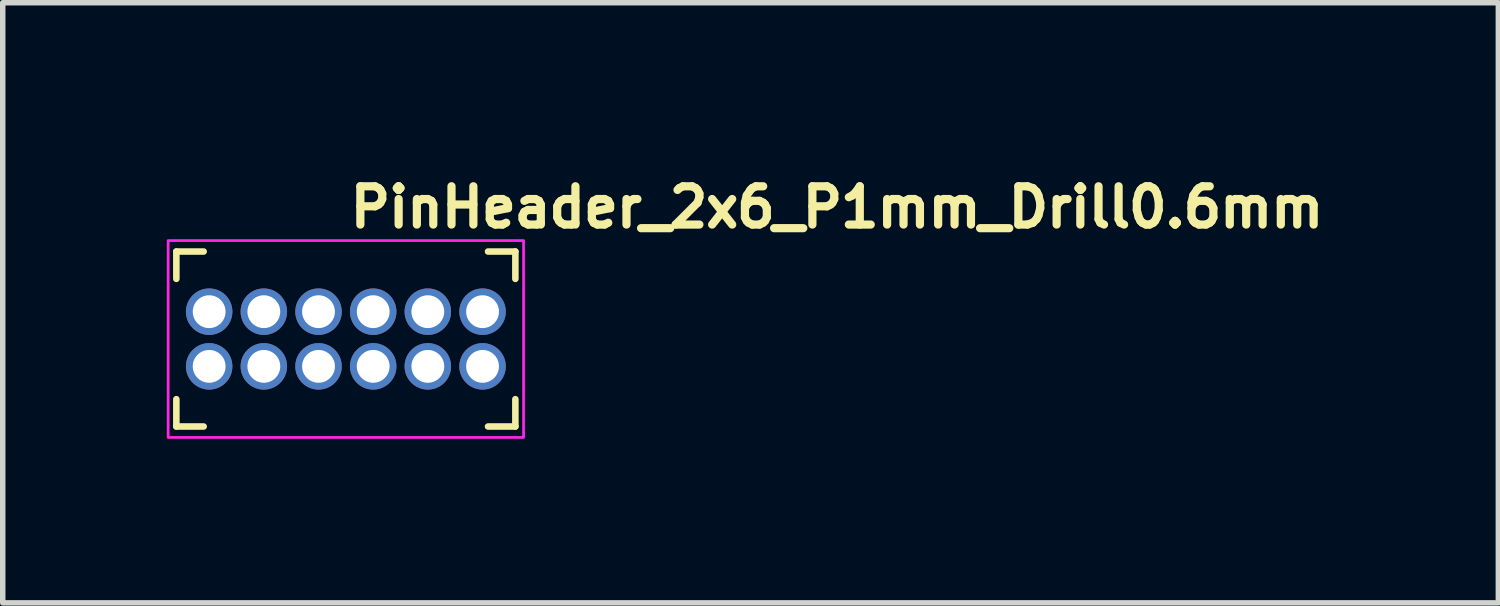
<source format=kicad_pcb>
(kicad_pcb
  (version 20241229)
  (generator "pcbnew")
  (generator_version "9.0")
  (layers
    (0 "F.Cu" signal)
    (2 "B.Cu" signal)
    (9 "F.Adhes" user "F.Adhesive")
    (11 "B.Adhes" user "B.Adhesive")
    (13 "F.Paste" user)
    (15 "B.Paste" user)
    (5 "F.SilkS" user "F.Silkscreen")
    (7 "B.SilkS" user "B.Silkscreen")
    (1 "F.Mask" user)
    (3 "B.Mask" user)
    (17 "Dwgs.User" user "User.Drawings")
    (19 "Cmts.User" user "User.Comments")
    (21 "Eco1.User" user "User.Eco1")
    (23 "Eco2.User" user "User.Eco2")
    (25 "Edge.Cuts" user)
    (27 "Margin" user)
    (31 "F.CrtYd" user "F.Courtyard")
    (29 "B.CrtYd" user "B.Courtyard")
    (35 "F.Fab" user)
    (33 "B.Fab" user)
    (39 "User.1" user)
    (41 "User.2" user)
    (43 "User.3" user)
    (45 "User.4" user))
  (footprint "PinHeader_2x6_P1mm_Drill0.6mm"
    (layer "F.Cu")
    (at 0.775 3.65)
    (property "Reference" "PinHeader_2x6_P1mm_Drill0.6mm" (at 2.5 -2.5 0) (unlocked yes) (layer "F.SilkS") (effects (font (size 0.7 0.7) (thickness 0.15)) (justify left bottom)))
    (attr through_hole)
    (fp_line (start -0.6 -2.1) (end -0.6 -1.6) (stroke (width 0.12) (type solid)) (layer "F.SilkS"))
    (fp_line (start -0.6 0.6) (end -0.6 1.1) (stroke (width 0.12) (type solid)) (layer "F.SilkS"))
    (fp_line (start -0.6 1.1) (end -0.1 1.1) (stroke (width 0.12) (type solid)) (layer "F.SilkS"))
    (fp_line (start -0.1 -2.1) (end -0.6 -2.1) (stroke (width 0.12) (type solid)) (layer "F.SilkS"))
    (fp_line (start 5.1 1.1) (end 5.6 1.1) (stroke (width 0.12) (type solid)) (layer "F.SilkS"))
    (fp_line (start 5.6 -2.1) (end 5.1 -2.1) (stroke (width 0.12) (type solid)) (layer "F.SilkS"))
    (fp_line (start 5.6 -1.6) (end 5.6 -2.1) (stroke (width 0.12) (type solid)) (layer "F.SilkS"))
    (fp_line (start 5.6 1.1) (end 5.6 0.6) (stroke (width 0.12) (type solid)) (layer "F.SilkS"))
    (fp_rect (start -0.75 -2.3) (end 5.75 1.3) (stroke (width 0.05) (type solid)) (fill no) (layer "F.CrtYd"))
    (fp_rect (start -0.5 -2.05) (end 5.5 1.05) (stroke (width 0.1) (type solid)) (fill no) (layer "User.5"))
    (fp_line (start -0.5 0.75) (end -0.5 -1.75) (stroke (width 0.02) (type solid)) (layer "User.9"))
    (fp_line (start -0.5 0.75) (end -0.35 1.05) (stroke (width 0.02) (type solid)) (layer "User.9"))
    (fp_line (start -0.35 -2.05) (end -0.5 -1.75) (stroke (width 0.02) (type solid)) (layer "User.9"))
    (fp_line (start -0.35 -2.05) (end 0.35 -2.05) (stroke (width 0.02) (type solid)) (layer "User.9"))
    (fp_line (start -0.25 -1.25) (end -0.15 -1.15) (stroke (width 0.02) (type solid)) (layer "User.9"))
    (fp_line (start -0.25 -1.25) (end 0.25 -1.25) (stroke (width 0.02) (type solid)) (layer "User.9"))
    (fp_line (start -0.25 -0.75) (end -0.25 -1.25) (stroke (width 0.02) (type solid)) (layer "User.9"))
    (fp_line (start -0.25 -0.25) (end 0.25 -0.25) (stroke (width 0.02) (type solid)) (layer "User.9"))
    (fp_line (start -0.25 0.25) (end -0.25 -0.25) (stroke (width 0.02) (type solid)) (layer "User.9"))
    (fp_line (start -0.25 0.25) (end -0.15 0.15) (stroke (width 0.02) (type solid)) (layer "User.9"))
    (fp_line (start -0.15 -1.15) (end 0.15 -1.15) (stroke (width 0.02) (type solid)) (layer "User.9"))
    (fp_line (start -0.15 -0.849) (end -0.25 -0.75) (stroke (width 0.02) (type solid)) (layer "User.9"))
    (fp_line (start -0.15 -0.849) (end -0.15 -1.15) (stroke (width 0.02) (type solid)) (layer "User.9"))
    (fp_line (start -0.15 -0.151) (end -0.25 -0.25) (stroke (width 0.02) (type solid)) (layer "User.9"))
    (fp_line (start -0.15 -0.151) (end -0.1 -0.1) (stroke (width 0.02) (type solid)) (layer "User.9"))
    (fp_line (start -0.15 -0.151) (end 0.15 -0.151) (stroke (width 0.02) (type solid)) (layer "User.9"))
    (fp_line (start -0.15 0.15) (end -0.15 -0.151) (stroke (width 0.02) (type solid)) (layer "User.9"))
    (fp_line (start -0.15 0.15) (end -0.1 0.1) (stroke (width 0.02) (type solid)) (layer "User.9"))
    (fp_line (start -0.1 -1.1) (end -0.15 -1.15) (stroke (width 0.02) (type solid)) (layer "User.9"))
    (fp_line (start -0.1 -0.9) (end -0.15 -0.849) (stroke (width 0.02) (type solid)) (layer "User.9"))
    (fp_line (start -0.1 -0.9) (end -0.1 -1.1) (stroke (width 0.02) (type solid)) (layer "User.9"))
    (fp_line (start -0.1 -0.1) (end -0.1 0.1) (stroke (width 0.02) (type solid)) (layer "User.9"))
    (fp_line (start -0.1 -0.1) (end 0.1 -0.1) (stroke (width 0.02) (type solid)) (layer "User.9"))
    (fp_line (start -0.1 0.1) (end 0.1 0.1) (stroke (width 0.02) (type solid)) (layer "User.9"))
    (fp_line (start 0.1 -1.1) (end -0.1 -1.1) (stroke (width 0.02) (type solid)) (layer "User.9"))
    (fp_line (start 0.1 -0.9) (end -0.1 -0.9) (stroke (width 0.02) (type solid)) (layer "User.9"))
    (fp_line (start 0.1 -0.9) (end 0.1 -1.1) (stroke (width 0.02) (type solid)) (layer "User.9"))
    (fp_line (start 0.1 -0.1) (end 0.1 0.1) (stroke (width 0.02) (type solid)) (layer "User.9"))
    (fp_line (start 0.1 -0.1) (end 0.15 -0.151) (stroke (width 0.02) (type solid)) (layer "User.9"))
    (fp_line (start 0.1 0.1) (end 0.15 0.15) (stroke (width 0.02) (type solid)) (layer "User.9"))
    (fp_line (start 0.15 -1.15) (end 0.1 -1.1) (stroke (width 0.02) (type solid)) (layer "User.9"))
    (fp_line (start 0.15 -1.15) (end 0.15 -0.849) (stroke (width 0.02) (type solid)) (layer "User.9"))
    (fp_line (start 0.15 -0.849) (end -0.15 -0.849) (stroke (width 0.02) (type solid)) (layer "User.9"))
    (fp_line (start 0.15 -0.849) (end 0.1 -0.9) (stroke (width 0.02) (type solid)) (layer "User.9"))
    (fp_line (start 0.15 -0.151) (end 0.15 0.15) (stroke (width 0.02) (type solid)) (layer "User.9"))
    (fp_line (start 0.15 0.15) (end -0.15 0.15) (stroke (width 0.02) (type solid)) (layer "User.9"))
    (fp_line (start 0.25 -1.25) (end 0.15 -1.15) (stroke (width 0.02) (type solid)) (layer "User.9"))
    (fp_line (start 0.25 -1.25) (end 0.25 -0.75) (stroke (width 0.02) (type solid)) (layer "User.9"))
    (fp_line (start 0.25 -0.75) (end -0.25 -0.75) (stroke (width 0.02) (type solid)) (layer "User.9"))
    (fp_line (start 0.25 -0.75) (end 0.15 -0.849) (stroke (width 0.02) (type solid)) (layer "User.9"))
    (fp_line (start 0.25 -0.25) (end 0.15 -0.151) (stroke (width 0.02) (type solid)) (layer "User.9"))
    (fp_line (start 0.25 -0.25) (end 0.25 0.25) (stroke (width 0.02) (type solid)) (layer "User.9"))
    (fp_line (start 0.25 0.25) (end -0.25 0.25) (stroke (width 0.02) (type solid)) (layer "User.9"))
    (fp_line (start 0.25 0.25) (end 0.15 0.15) (stroke (width 0.02) (type solid)) (layer "User.9"))
    (fp_line (start 0.35 1.05) (end -0.35 1.05) (stroke (width 0.02) (type solid)) (layer "User.9"))
    (fp_line (start 0.35 1.05) (end 0.5 0.75) (stroke (width 0.02) (type solid)) (layer "User.9"))
    (fp_line (start 0.5 -1.75) (end 0.35 -2.05) (stroke (width 0.02) (type solid)) (layer "User.9"))
    (fp_line (start 0.5 0.75) (end 0.65 1.05) (stroke (width 0.02) (type solid)) (layer "User.9"))
    (fp_line (start 0.65 -2.05) (end 0.5 -1.75) (stroke (width 0.02) (type solid)) (layer "User.9"))
    (fp_line (start 0.65 -2.05) (end 1.35 -2.05) (stroke (width 0.02) (type solid)) (layer "User.9"))
    (fp_line (start 0.75 -1.25) (end 0.851 -1.15) (stroke (width 0.02) (type solid)) (layer "User.9"))
    (fp_line (start 0.75 -1.25) (end 1.25 -1.25) (stroke (width 0.02) (type solid)) (layer "User.9"))
    (fp_line (start 0.75 -0.75) (end 0.75 -1.25) (stroke (width 0.02) (type solid)) (layer "User.9"))
    (fp_line (start 0.75 -0.25) (end 1.25 -0.25) (stroke (width 0.02) (type solid)) (layer "User.9"))
    (fp_line (start 0.75 0.25) (end 0.75 -0.25) (stroke (width 0.02) (type solid)) (layer "User.9"))
    (fp_line (start 0.75 0.25) (end 0.851 0.15) (stroke (width 0.02) (type solid)) (layer "User.9"))
    (fp_line (start 0.851 -1.15) (end 0.9 -1.1) (stroke (width 0.02) (type solid)) (layer "User.9"))
    (fp_line (start 0.851 -1.15) (end 1.15 -1.15) (stroke (width 0.02) (type solid)) (layer "User.9"))
    (fp_line (start 0.851 -0.849) (end 0.75 -0.75) (stroke (width 0.02) (type solid)) (layer "User.9"))
    (fp_line (start 0.851 -0.849) (end 0.851 -1.15) (stroke (width 0.02) (type solid)) (layer "User.9"))
    (fp_line (start 0.851 -0.151) (end 0.75 -0.25) (stroke (width 0.02) (type solid)) (layer "User.9"))
    (fp_line (start 0.851 -0.151) (end 1.15 -0.151) (stroke (width 0.02) (type solid)) (layer "User.9"))
    (fp_line (start 0.851 0.15) (end 0.851 -0.151) (stroke (width 0.02) (type solid)) (layer "User.9"))
    (fp_line (start 0.851 0.15) (end 0.9 0.1) (stroke (width 0.02) (type solid)) (layer "User.9"))
    (fp_line (start 0.9 -1.1) (end 0.9 -0.9) (stroke (width 0.02) (type solid)) (layer "User.9"))
    (fp_line (start 0.9 -0.9) (end 0.851 -0.849) (stroke (width 0.02) (type solid)) (layer "User.9"))
    (fp_line (start 0.9 -0.1) (end 0.851 -0.151) (stroke (width 0.02) (type solid)) (layer "User.9"))
    (fp_line (start 0.9 -0.1) (end 1.101 -0.1) (stroke (width 0.02) (type solid)) (layer "User.9"))
    (fp_line (start 0.9 0.1) (end 0.9 -0.1) (stroke (width 0.02) (type solid)) (layer "User.9"))
    (fp_line (start 0.9 0.1) (end 1.101 0.1) (stroke (width 0.02) (type solid)) (layer "User.9"))
    (fp_line (start 1.101 -1.1) (end 0.9 -1.1) (stroke (width 0.02) (type solid)) (layer "User.9"))
    (fp_line (start 1.101 -1.1) (end 1.101 -0.9) (stroke (width 0.02) (type solid)) (layer "User.9"))
    (fp_line (start 1.101 -0.9) (end 0.9 -0.9) (stroke (width 0.02) (type solid)) (layer "User.9"))
    (fp_line (start 1.101 -0.9) (end 1.15 -0.849) (stroke (width 0.02) (type solid)) (layer "User.9"))
    (fp_line (start 1.101 -0.1) (end 1.15 -0.151) (stroke (width 0.02) (type solid)) (layer "User.9"))
    (fp_line (start 1.101 0.1) (end 1.101 -0.1) (stroke (width 0.02) (type solid)) (layer "User.9"))
    (fp_line (start 1.15 -1.15) (end 1.101 -1.1) (stroke (width 0.02) (type solid)) (layer "User.9"))
    (fp_line (start 1.15 -1.15) (end 1.15 -0.849) (stroke (width 0.02) (type solid)) (layer "User.9"))
    (fp_line (start 1.15 -0.849) (end 0.851 -0.849) (stroke (width 0.02) (type solid)) (layer "User.9"))
    (fp_line (start 1.15 -0.151) (end 1.15 0.15) (stroke (width 0.02) (type solid)) (layer "User.9"))
    (fp_line (start 1.15 0.15) (end 0.851 0.15) (stroke (width 0.02) (type solid)) (layer "User.9"))
    (fp_line (start 1.15 0.15) (end 1.101 0.1) (stroke (width 0.02) (type solid)) (layer "User.9"))
    (fp_line (start 1.25 -1.25) (end 1.15 -1.15) (stroke (width 0.02) (type solid)) (layer "User.9"))
    (fp_line (start 1.25 -1.25) (end 1.25 -0.75) (stroke (width 0.02) (type solid)) (layer "User.9"))
    (fp_line (start 1.25 -0.75) (end 0.75 -0.75) (stroke (width 0.02) (type solid)) (layer "User.9"))
    (fp_line (start 1.25 -0.75) (end 1.15 -0.849) (stroke (width 0.02) (type solid)) (layer "User.9"))
    (fp_line (start 1.25 -0.25) (end 1.15 -0.151) (stroke (width 0.02) (type solid)) (layer "User.9"))
    (fp_line (start 1.25 -0.25) (end 1.25 0.25) (stroke (width 0.02) (type solid)) (layer "User.9"))
    (fp_line (start 1.25 0.25) (end 0.75 0.25) (stroke (width 0.02) (type solid)) (layer "User.9"))
    (fp_line (start 1.25 0.25) (end 1.15 0.15) (stroke (width 0.02) (type solid)) (layer "User.9"))
    (fp_line (start 1.35 1.05) (end 0.65 1.05) (stroke (width 0.02) (type solid)) (layer "User.9"))
    (fp_line (start 1.35 1.05) (end 1.5 0.75) (stroke (width 0.02) (type solid)) (layer "User.9"))
    (fp_line (start 1.5 -1.75) (end 1.35 -2.05) (stroke (width 0.02) (type solid)) (layer "User.9"))
    (fp_line (start 1.5 0.75) (end 1.65 1.05) (stroke (width 0.02) (type solid)) (layer "User.9"))
    (fp_line (start 1.65 -2.05) (end 1.5 -1.75) (stroke (width 0.02) (type solid)) (layer "User.9"))
    (fp_line (start 1.65 -2.05) (end 2.35 -2.05) (stroke (width 0.02) (type solid)) (layer "User.9"))
    (fp_line (start 1.75 -1.25) (end 1.85 -1.15) (stroke (width 0.02) (type solid)) (layer "User.9"))
    (fp_line (start 1.75 -1.25) (end 2.25 -1.25) (stroke (width 0.02) (type solid)) (layer "User.9"))
    (fp_line (start 1.75 -0.75) (end 1.75 -1.25) (stroke (width 0.02) (type solid)) (layer "User.9"))
    (fp_line (start 1.75 -0.25) (end 2.25 -0.25) (stroke (width 0.02) (type solid)) (layer "User.9"))
    (fp_line (start 1.75 0.25) (end 1.75 -0.25) (stroke (width 0.02) (type solid)) (layer "User.9"))
    (fp_line (start 1.75 0.25) (end 1.85 0.15) (stroke (width 0.02) (type solid)) (layer "User.9"))
    (fp_line (start 1.85 -1.15) (end 2.151 -1.15) (stroke (width 0.02) (type solid)) (layer "User.9"))
    (fp_line (start 1.85 -0.849) (end 1.75 -0.75) (stroke (width 0.02) (type solid)) (layer "User.9"))
    (fp_line (start 1.85 -0.849) (end 1.85 -1.15) (stroke (width 0.02) (type solid)) (layer "User.9"))
    (fp_line (start 1.85 -0.151) (end 1.75 -0.25) (stroke (width 0.02) (type solid)) (layer "User.9"))
    (fp_line (start 1.85 -0.151) (end 1.9 -0.1) (stroke (width 0.02) (type solid)) (layer "User.9"))
    (fp_line (start 1.85 -0.151) (end 2.151 -0.151) (stroke (width 0.02) (type solid)) (layer "User.9"))
    (fp_line (start 1.85 0.15) (end 1.85 -0.151) (stroke (width 0.02) (type solid)) (layer "User.9"))
    (fp_line (start 1.85 0.15) (end 1.9 0.1) (stroke (width 0.02) (type solid)) (layer "User.9"))
    (fp_line (start 1.9 -1.1) (end 1.85 -1.15) (stroke (width 0.02) (type solid)) (layer "User.9"))
    (fp_line (start 1.9 -0.9) (end 1.85 -0.849) (stroke (width 0.02) (type solid)) (layer "User.9"))
    (fp_line (start 1.9 -0.9) (end 1.9 -1.1) (stroke (width 0.02) (type solid)) (layer "User.9"))
    (fp_line (start 1.9 -0.1) (end 1.9 0.1) (stroke (width 0.02) (type solid)) (layer "User.9"))
    (fp_line (start 1.9 -0.1) (end 2.1 -0.1) (stroke (width 0.02) (type solid)) (layer "User.9"))
    (fp_line (start 1.9 0.1) (end 2.1 0.1) (stroke (width 0.02) (type solid)) (layer "User.9"))
    (fp_line (start 2.1 -1.1) (end 1.9 -1.1) (stroke (width 0.02) (type solid)) (layer "User.9"))
    (fp_line (start 2.1 -0.9) (end 1.9 -0.9) (stroke (width 0.02) (type solid)) (layer "User.9"))
    (fp_line (start 2.1 -0.9) (end 2.1 -1.1) (stroke (width 0.02) (type solid)) (layer "User.9"))
    (fp_line (start 2.1 -0.1) (end 2.1 0.1) (stroke (width 0.02) (type solid)) (layer "User.9"))
    (fp_line (start 2.1 -0.1) (end 2.151 -0.151) (stroke (width 0.02) (type solid)) (layer "User.9"))
    (fp_line (start 2.1 0.1) (end 2.151 0.15) (stroke (width 0.02) (type solid)) (layer "User.9"))
    (fp_line (start 2.151 -1.15) (end 2.1 -1.1) (stroke (width 0.02) (type solid)) (layer "User.9"))
    (fp_line (start 2.151 -1.15) (end 2.151 -0.849) (stroke (width 0.02) (type solid)) (layer "User.9"))
    (fp_line (start 2.151 -0.849) (end 1.85 -0.849) (stroke (width 0.02) (type solid)) (layer "User.9"))
    (fp_line (start 2.151 -0.849) (end 2.1 -0.9) (stroke (width 0.02) (type solid)) (layer "User.9"))
    (fp_line (start 2.151 -0.151) (end 2.151 0.15) (stroke (width 0.02) (type solid)) (layer "User.9"))
    (fp_line (start 2.151 0.15) (end 1.85 0.15) (stroke (width 0.02) (type solid)) (layer "User.9"))
    (fp_line (start 2.25 -1.25) (end 2.151 -1.15) (stroke (width 0.02) (type solid)) (layer "User.9"))
    (fp_line (start 2.25 -1.25) (end 2.25 -0.75) (stroke (width 0.02) (type solid)) (layer "User.9"))
    (fp_line (start 2.25 -0.75) (end 1.75 -0.75) (stroke (width 0.02) (type solid)) (layer "User.9"))
    (fp_line (start 2.25 -0.75) (end 2.151 -0.849) (stroke (width 0.02) (type solid)) (layer "User.9"))
    (fp_line (start 2.25 -0.25) (end 2.151 -0.151) (stroke (width 0.02) (type solid)) (layer "User.9"))
    (fp_line (start 2.25 -0.25) (end 2.25 0.25) (stroke (width 0.02) (type solid)) (layer "User.9"))
    (fp_line (start 2.25 0.25) (end 1.75 0.25) (stroke (width 0.02) (type solid)) (layer "User.9"))
    (fp_line (start 2.25 0.25) (end 2.151 0.15) (stroke (width 0.02) (type solid)) (layer "User.9"))
    (fp_line (start 2.35 1.05) (end 1.65 1.05) (stroke (width 0.02) (type solid)) (layer "User.9"))
    (fp_line (start 2.35 1.05) (end 2.5 0.75) (stroke (width 0.02) (type solid)) (layer "User.9"))
    (fp_line (start 2.5 -1.75) (end 2.35 -2.05) (stroke (width 0.02) (type solid)) (layer "User.9"))
    (fp_line (start 2.5 0.75) (end 2.65 1.05) (stroke (width 0.02) (type solid)) (layer "User.9"))
    (fp_line (start 2.65 -2.05) (end 2.5 -1.75) (stroke (width 0.02) (type solid)) (layer "User.9"))
    (fp_line (start 2.65 -2.05) (end 3.35 -2.05) (stroke (width 0.02) (type solid)) (layer "User.9"))
    (fp_line (start 2.75 -1.25) (end 2.849 -1.15) (stroke (width 0.02) (type solid)) (layer "User.9"))
    (fp_line (start 2.75 -1.25) (end 3.25 -1.25) (stroke (width 0.02) (type solid)) (layer "User.9"))
    (fp_line (start 2.75 -0.75) (end 2.75 -1.25) (stroke (width 0.02) (type solid)) (layer "User.9"))
    (fp_line (start 2.75 -0.25) (end 3.25 -0.25) (stroke (width 0.02) (type solid)) (layer "User.9"))
    (fp_line (start 2.75 0.25) (end 2.75 -0.25) (stroke (width 0.02) (type solid)) (layer "User.9"))
    (fp_line (start 2.75 0.25) (end 2.849 0.15) (stroke (width 0.02) (type solid)) (layer "User.9"))
    (fp_line (start 2.849 -1.15) (end 2.9 -1.1) (stroke (width 0.02) (type solid)) (layer "User.9"))
    (fp_line (start 2.849 -1.15) (end 3.15 -1.15) (stroke (width 0.02) (type solid)) (layer "User.9"))
    (fp_line (start 2.849 -0.849) (end 2.75 -0.75) (stroke (width 0.02) (type solid)) (layer "User.9"))
    (fp_line (start 2.849 -0.849) (end 2.849 -1.15) (stroke (width 0.02) (type solid)) (layer "User.9"))
    (fp_line (start 2.849 -0.151) (end 2.75 -0.25) (stroke (width 0.02) (type solid)) (layer "User.9"))
    (fp_line (start 2.849 -0.151) (end 3.15 -0.151) (stroke (width 0.02) (type solid)) (layer "User.9"))
    (fp_line (start 2.849 0.15) (end 2.849 -0.151) (stroke (width 0.02) (type solid)) (layer "User.9"))
    (fp_line (start 2.849 0.15) (end 2.9 0.1) (stroke (width 0.02) (type solid)) (layer "User.9"))
    (fp_line (start 2.9 -1.1) (end 2.9 -0.9) (stroke (width 0.02) (type solid)) (layer "User.9"))
    (fp_line (start 2.9 -0.9) (end 2.849 -0.849) (stroke (width 0.02) (type solid)) (layer "User.9"))
    (fp_line (start 2.9 -0.1) (end 2.849 -0.151) (stroke (width 0.02) (type solid)) (layer "User.9"))
    (fp_line (start 2.9 -0.1) (end 3.1 -0.1) (stroke (width 0.02) (type solid)) (layer "User.9"))
    (fp_line (start 2.9 0.1) (end 2.9 -0.1) (stroke (width 0.02) (type solid)) (layer "User.9"))
    (fp_line (start 2.9 0.1) (end 3.1 0.1) (stroke (width 0.02) (type solid)) (layer "User.9"))
    (fp_line (start 3.1 -1.1) (end 2.9 -1.1) (stroke (width 0.02) (type solid)) (layer "User.9"))
    (fp_line (start 3.1 -1.1) (end 3.1 -0.9) (stroke (width 0.02) (type solid)) (layer "User.9"))
    (fp_line (start 3.1 -0.9) (end 2.9 -0.9) (stroke (width 0.02) (type solid)) (layer "User.9"))
    (fp_line (start 3.1 -0.9) (end 3.15 -0.849) (stroke (width 0.02) (type solid)) (layer "User.9"))
    (fp_line (start 3.1 -0.1) (end 3.15 -0.151) (stroke (width 0.02) (type solid)) (layer "User.9"))
    (fp_line (start 3.1 0.1) (end 3.1 -0.1) (stroke (width 0.02) (type solid)) (layer "User.9"))
    (fp_line (start 3.15 -1.15) (end 3.1 -1.1) (stroke (width 0.02) (type solid)) (layer "User.9"))
    (fp_line (start 3.15 -1.15) (end 3.15 -0.849) (stroke (width 0.02) (type solid)) (layer "User.9"))
    (fp_line (start 3.15 -0.849) (end 2.849 -0.849) (stroke (width 0.02) (type solid)) (layer "User.9"))
    (fp_line (start 3.15 -0.151) (end 3.15 0.15) (stroke (width 0.02) (type solid)) (layer "User.9"))
    (fp_line (start 3.15 0.15) (end 2.849 0.15) (stroke (width 0.02) (type solid)) (layer "User.9"))
    (fp_line (start 3.15 0.15) (end 3.1 0.1) (stroke (width 0.02) (type solid)) (layer "User.9"))
    (fp_line (start 3.25 -1.25) (end 3.15 -1.15) (stroke (width 0.02) (type solid)) (layer "User.9"))
    (fp_line (start 3.25 -1.25) (end 3.25 -0.75) (stroke (width 0.02) (type solid)) (layer "User.9"))
    (fp_line (start 3.25 -0.75) (end 2.75 -0.75) (stroke (width 0.02) (type solid)) (layer "User.9"))
    (fp_line (start 3.25 -0.75) (end 3.15 -0.849) (stroke (width 0.02) (type solid)) (layer "User.9"))
    (fp_line (start 3.25 -0.25) (end 3.15 -0.151) (stroke (width 0.02) (type solid)) (layer "User.9"))
    (fp_line (start 3.25 -0.25) (end 3.25 0.25) (stroke (width 0.02) (type solid)) (layer "User.9"))
    (fp_line (start 3.25 0.25) (end 2.75 0.25) (stroke (width 0.02) (type solid)) (layer "User.9"))
    (fp_line (start 3.25 0.25) (end 3.15 0.15) (stroke (width 0.02) (type solid)) (layer "User.9"))
    (fp_line (start 3.35 1.05) (end 2.65 1.05) (stroke (width 0.02) (type solid)) (layer "User.9"))
    (fp_line (start 3.35 1.05) (end 3.5 0.75) (stroke (width 0.02) (type solid)) (layer "User.9"))
    (fp_line (start 3.5 -1.75) (end 3.35 -2.05) (stroke (width 0.02) (type solid)) (layer "User.9"))
    (fp_line (start 3.5 0.75) (end 3.65 1.05) (stroke (width 0.02) (type solid)) (layer "User.9"))
    (fp_line (start 3.65 -2.05) (end 3.5 -1.75) (stroke (width 0.02) (type solid)) (layer "User.9"))
    (fp_line (start 3.65 -2.05) (end 4.35 -2.05) (stroke (width 0.02) (type solid)) (layer "User.9"))
    (fp_line (start 3.75 -1.25) (end 3.85 -1.15) (stroke (width 0.02) (type solid)) (layer "User.9"))
    (fp_line (start 3.75 -1.25) (end 4.25 -1.25) (stroke (width 0.02) (type solid)) (layer "User.9"))
    (fp_line (start 3.75 -0.75) (end 3.75 -1.25) (stroke (width 0.02) (type solid)) (layer "User.9"))
    (fp_line (start 3.75 -0.25) (end 4.25 -0.25) (stroke (width 0.02) (type solid)) (layer "User.9"))
    (fp_line (start 3.75 0.25) (end 3.75 -0.25) (stroke (width 0.02) (type solid)) (layer "User.9"))
    (fp_line (start 3.75 0.25) (end 3.85 0.15) (stroke (width 0.02) (type solid)) (layer "User.9"))
    (fp_line (start 3.85 -1.15) (end 4.149 -1.15) (stroke (width 0.02) (type solid)) (layer "User.9"))
    (fp_line (start 3.85 -0.849) (end 3.75 -0.75) (stroke (width 0.02) (type solid)) (layer "User.9"))
    (fp_line (start 3.85 -0.849) (end 3.85 -1.15) (stroke (width 0.02) (type solid)) (layer "User.9"))
    (fp_line (start 3.85 -0.151) (end 3.75 -0.25) (stroke (width 0.02) (type solid)) (layer "User.9"))
    (fp_line (start 3.85 -0.151) (end 3.899 -0.1) (stroke (width 0.02) (type solid)) (layer "User.9"))
    (fp_line (start 3.85 -0.151) (end 4.149 -0.151) (stroke (width 0.02) (type solid)) (layer "User.9"))
    (fp_line (start 3.85 0.15) (end 3.85 -0.151) (stroke (width 0.02) (type solid)) (layer "User.9"))
    (fp_line (start 3.85 0.15) (end 3.899 0.1) (stroke (width 0.02) (type solid)) (layer "User.9"))
    (fp_line (start 3.899 -1.1) (end 3.85 -1.15) (stroke (width 0.02) (type solid)) (layer "User.9"))
    (fp_line (start 3.899 -0.9) (end 3.85 -0.849) (stroke (width 0.02) (type solid)) (layer "User.9"))
    (fp_line (start 3.899 -0.9) (end 3.899 -1.1) (stroke (width 0.02) (type solid)) (layer "User.9"))
    (fp_line (start 3.899 -0.1) (end 3.899 0.1) (stroke (width 0.02) (type solid)) (layer "User.9"))
    (fp_line (start 3.899 -0.1) (end 4.1 -0.1) (stroke (width 0.02) (type solid)) (layer "User.9"))
    (fp_line (start 3.899 0.1) (end 4.1 0.1) (stroke (width 0.02) (type solid)) (layer "User.9"))
    (fp_line (start 4.1 -1.1) (end 3.899 -1.1) (stroke (width 0.02) (type solid)) (layer "User.9"))
    (fp_line (start 4.1 -0.9) (end 3.899 -0.9) (stroke (width 0.02) (type solid)) (layer "User.9"))
    (fp_line (start 4.1 -0.9) (end 4.1 -1.1) (stroke (width 0.02) (type solid)) (layer "User.9"))
    (fp_line (start 4.1 -0.1) (end 4.1 0.1) (stroke (width 0.02) (type solid)) (layer "User.9"))
    (fp_line (start 4.1 -0.1) (end 4.149 -0.151) (stroke (width 0.02) (type solid)) (layer "User.9"))
    (fp_line (start 4.1 0.1) (end 4.149 0.15) (stroke (width 0.02) (type solid)) (layer "User.9"))
    (fp_line (start 4.149 -1.15) (end 4.1 -1.1) (stroke (width 0.02) (type solid)) (layer "User.9"))
    (fp_line (start 4.149 -1.15) (end 4.149 -0.849) (stroke (width 0.02) (type solid)) (layer "User.9"))
    (fp_line (start 4.149 -0.849) (end 3.85 -0.849) (stroke (width 0.02) (type solid)) (layer "User.9"))
    (fp_line (start 4.149 -0.849) (end 4.1 -0.9) (stroke (width 0.02) (type solid)) (layer "User.9"))
    (fp_line (start 4.149 -0.151) (end 4.149 0.15) (stroke (width 0.02) (type solid)) (layer "User.9"))
    (fp_line (start 4.149 0.15) (end 3.85 0.15) (stroke (width 0.02) (type solid)) (layer "User.9"))
    (fp_line (start 4.25 -1.25) (end 4.149 -1.15) (stroke (width 0.02) (type solid)) (layer "User.9"))
    (fp_line (start 4.25 -1.25) (end 4.25 -0.75) (stroke (width 0.02) (type solid)) (layer "User.9"))
    (fp_line (start 4.25 -0.75) (end 3.75 -0.75) (stroke (width 0.02) (type solid)) (layer "User.9"))
    (fp_line (start 4.25 -0.75) (end 4.149 -0.849) (stroke (width 0.02) (type solid)) (layer "User.9"))
    (fp_line (start 4.25 -0.25) (end 4.149 -0.151) (stroke (width 0.02) (type solid)) (layer "User.9"))
    (fp_line (start 4.25 -0.25) (end 4.25 0.25) (stroke (width 0.02) (type solid)) (layer "User.9"))
    (fp_line (start 4.25 0.25) (end 3.75 0.25) (stroke (width 0.02) (type solid)) (layer "User.9"))
    (fp_line (start 4.25 0.25) (end 4.149 0.15) (stroke (width 0.02) (type solid)) (layer "User.9"))
    (fp_line (start 4.35 1.05) (end 3.65 1.05) (stroke (width 0.02) (type solid)) (layer "User.9"))
    (fp_line (start 4.35 1.05) (end 4.5 0.75) (stroke (width 0.02) (type solid)) (layer "User.9"))
    (fp_line (start 4.5 -1.75) (end 4.35 -2.05) (stroke (width 0.02) (type solid)) (layer "User.9"))
    (fp_line (start 4.5 0.75) (end 4.65 1.05) (stroke (width 0.02) (type solid)) (layer "User.9"))
    (fp_line (start 4.65 -2.05) (end 4.5 -1.75) (stroke (width 0.02) (type solid)) (layer "User.9"))
    (fp_line (start 4.65 -2.05) (end 5.35 -2.05) (stroke (width 0.02) (type solid)) (layer "User.9"))
    (fp_line (start 4.75 -1.25) (end 4.85 -1.15) (stroke (width 0.02) (type solid)) (layer "User.9"))
    (fp_line (start 4.75 -1.25) (end 5.25 -1.25) (stroke (width 0.02) (type solid)) (layer "User.9"))
    (fp_line (start 4.75 -0.75) (end 4.75 -1.25) (stroke (width 0.02) (type solid)) (layer "User.9"))
    (fp_line (start 4.75 -0.25) (end 5.25 -0.25) (stroke (width 0.02) (type solid)) (layer "User.9"))
    (fp_line (start 4.75 0.25) (end 4.75 -0.25) (stroke (width 0.02) (type solid)) (layer "User.9"))
    (fp_line (start 4.75 0.25) (end 4.85 0.15) (stroke (width 0.02) (type solid)) (layer "User.9"))
    (fp_line (start 4.85 -1.15) (end 5.15 -1.15) (stroke (width 0.02) (type solid)) (layer "User.9"))
    (fp_line (start 4.85 -0.849) (end 4.75 -0.75) (stroke (width 0.02) (type solid)) (layer "User.9"))
    (fp_line (start 4.85 -0.849) (end 4.85 -1.15) (stroke (width 0.02) (type solid)) (layer "User.9"))
    (fp_line (start 4.85 -0.151) (end 4.75 -0.25) (stroke (width 0.02) (type solid)) (layer "User.9"))
    (fp_line (start 4.85 -0.151) (end 4.9 -0.1) (stroke (width 0.02) (type solid)) (layer "User.9"))
    (fp_line (start 4.85 -0.151) (end 5.15 -0.151) (stroke (width 0.02) (type solid)) (layer "User.9"))
    (fp_line (start 4.85 0.15) (end 4.85 -0.151) (stroke (width 0.02) (type solid)) (layer "User.9"))
    (fp_line (start 4.85 0.15) (end 4.9 0.1) (stroke (width 0.02) (type solid)) (layer "User.9"))
    (fp_line (start 4.9 -1.1) (end 4.85 -1.15) (stroke (width 0.02) (type solid)) (layer "User.9"))
    (fp_line (start 4.9 -0.9) (end 4.85 -0.849) (stroke (width 0.02) (type solid)) (layer "User.9"))
    (fp_line (start 4.9 -0.9) (end 4.9 -1.1) (stroke (width 0.02) (type solid)) (layer "User.9"))
    (fp_line (start 4.9 -0.1) (end 4.9 0.1) (stroke (width 0.02) (type solid)) (layer "User.9"))
    (fp_line (start 4.9 -0.1) (end 5.1 -0.1) (stroke (width 0.02) (type solid)) (layer "User.9"))
    (fp_line (start 4.9 0.1) (end 5.1 0.1) (stroke (width 0.02) (type solid)) (layer "User.9"))
    (fp_line (start 5.1 -1.1) (end 4.9 -1.1) (stroke (width 0.02) (type solid)) (layer "User.9"))
    (fp_line (start 5.1 -0.9) (end 4.9 -0.9) (stroke (width 0.02) (type solid)) (layer "User.9"))
    (fp_line (start 5.1 -0.9) (end 5.1 -1.1) (stroke (width 0.02) (type solid)) (layer "User.9"))
    (fp_line (start 5.1 -0.1) (end 5.1 0.1) (stroke (width 0.02) (type solid)) (layer "User.9"))
    (fp_line (start 5.1 -0.1) (end 5.15 -0.151) (stroke (width 0.02) (type solid)) (layer "User.9"))
    (fp_line (start 5.1 0.1) (end 5.15 0.15) (stroke (width 0.02) (type solid)) (layer "User.9"))
    (fp_line (start 5.15 -1.15) (end 5.1 -1.1) (stroke (width 0.02) (type solid)) (layer "User.9"))
    (fp_line (start 5.15 -1.15) (end 5.15 -0.849) (stroke (width 0.02) (type solid)) (layer "User.9"))
    (fp_line (start 5.15 -0.849) (end 4.85 -0.849) (stroke (width 0.02) (type solid)) (layer "User.9"))
    (fp_line (start 5.15 -0.849) (end 5.1 -0.9) (stroke (width 0.02) (type solid)) (layer "User.9"))
    (fp_line (start 5.15 -0.151) (end 5.15 0.15) (stroke (width 0.02) (type solid)) (layer "User.9"))
    (fp_line (start 5.15 0.15) (end 4.85 0.15) (stroke (width 0.02) (type solid)) (layer "User.9"))
    (fp_line (start 5.25 -1.25) (end 5.15 -1.15) (stroke (width 0.02) (type solid)) (layer "User.9"))
    (fp_line (start 5.25 -1.25) (end 5.25 -0.75) (stroke (width 0.02) (type solid)) (layer "User.9"))
    (fp_line (start 5.25 -0.75) (end 4.75 -0.75) (stroke (width 0.02) (type solid)) (layer "User.9"))
    (fp_line (start 5.25 -0.75) (end 5.15 -0.849) (stroke (width 0.02) (type solid)) (layer "User.9"))
    (fp_line (start 5.25 -0.25) (end 5.15 -0.151) (stroke (width 0.02) (type solid)) (layer "User.9"))
    (fp_line (start 5.25 -0.25) (end 5.25 0.25) (stroke (width 0.02) (type solid)) (layer "User.9"))
    (fp_line (start 5.25 0.25) (end 4.75 0.25) (stroke (width 0.02) (type solid)) (layer "User.9"))
    (fp_line (start 5.25 0.25) (end 5.15 0.15) (stroke (width 0.02) (type solid)) (layer "User.9"))
    (fp_line (start 5.35 1.05) (end 4.65 1.05) (stroke (width 0.02) (type solid)) (layer "User.9"))
    (fp_line (start 5.35 1.05) (end 5.5 0.75) (stroke (width 0.02) (type solid)) (layer "User.9"))
    (fp_line (start 5.5 -1.75) (end 5.35 -2.05) (stroke (width 0.02) (type solid)) (layer "User.9"))
    (fp_line (start 5.5 -1.75) (end 5.5 0.75) (stroke (width 0.02) (type solid)) (layer "User.9"))
    (pad "1" thru_hole circle (at 0 0) (size 0.85 0.85) (drill 0.6) (layers "*.Cu" "*.Mask"))
    (pad "2" thru_hole circle (at 0 -1) (size 0.85 0.85) (drill 0.6) (layers "*.Cu" "*.Mask"))
    (pad "3" thru_hole circle (at 1 0) (size 0.85 0.85) (drill 0.6) (layers "*.Cu" "*.Mask"))
    (pad "4" thru_hole circle (at 1 -1) (size 0.85 0.85) (drill 0.6) (layers "*.Cu" "*.Mask"))
    (pad "5" thru_hole circle (at 2 0) (size 0.85 0.85) (drill 0.6) (layers "*.Cu" "*.Mask"))
    (pad "6" thru_hole circle (at 2 -1) (size 0.85 0.85) (drill 0.6) (layers "*.Cu" "*.Mask"))
    (pad "7" thru_hole circle (at 3 0) (size 0.85 0.85) (drill 0.6) (layers "*.Cu" "*.Mask"))
    (pad "8" thru_hole circle (at 3 -1) (size 0.85 0.85) (drill 0.6) (layers "*.Cu" "*.Mask"))
    (pad "9" thru_hole circle (at 3.999 0) (size 0.85 0.85) (drill 0.6) (layers "*.Cu" "*.Mask"))
    (pad "10" thru_hole circle (at 3.999 -1) (size 0.85 0.85) (drill 0.6) (layers "*.Cu" "*.Mask"))
    (pad "11" thru_hole circle (at 5 0) (size 0.85 0.85) (drill 0.6) (layers "*.Cu" "*.Mask"))
    (pad "12" thru_hole circle (at 5 -1) (size 0.85 0.85) (drill 0.6) (layers "*.Cu" "*.Mask")))
  (gr_rect
    (start -3 -3)
    (end 24.352 7.975)
    (stroke (width 0.1) (type default))
    (fill no)
    (layer "Edge.Cuts")))
</source>
